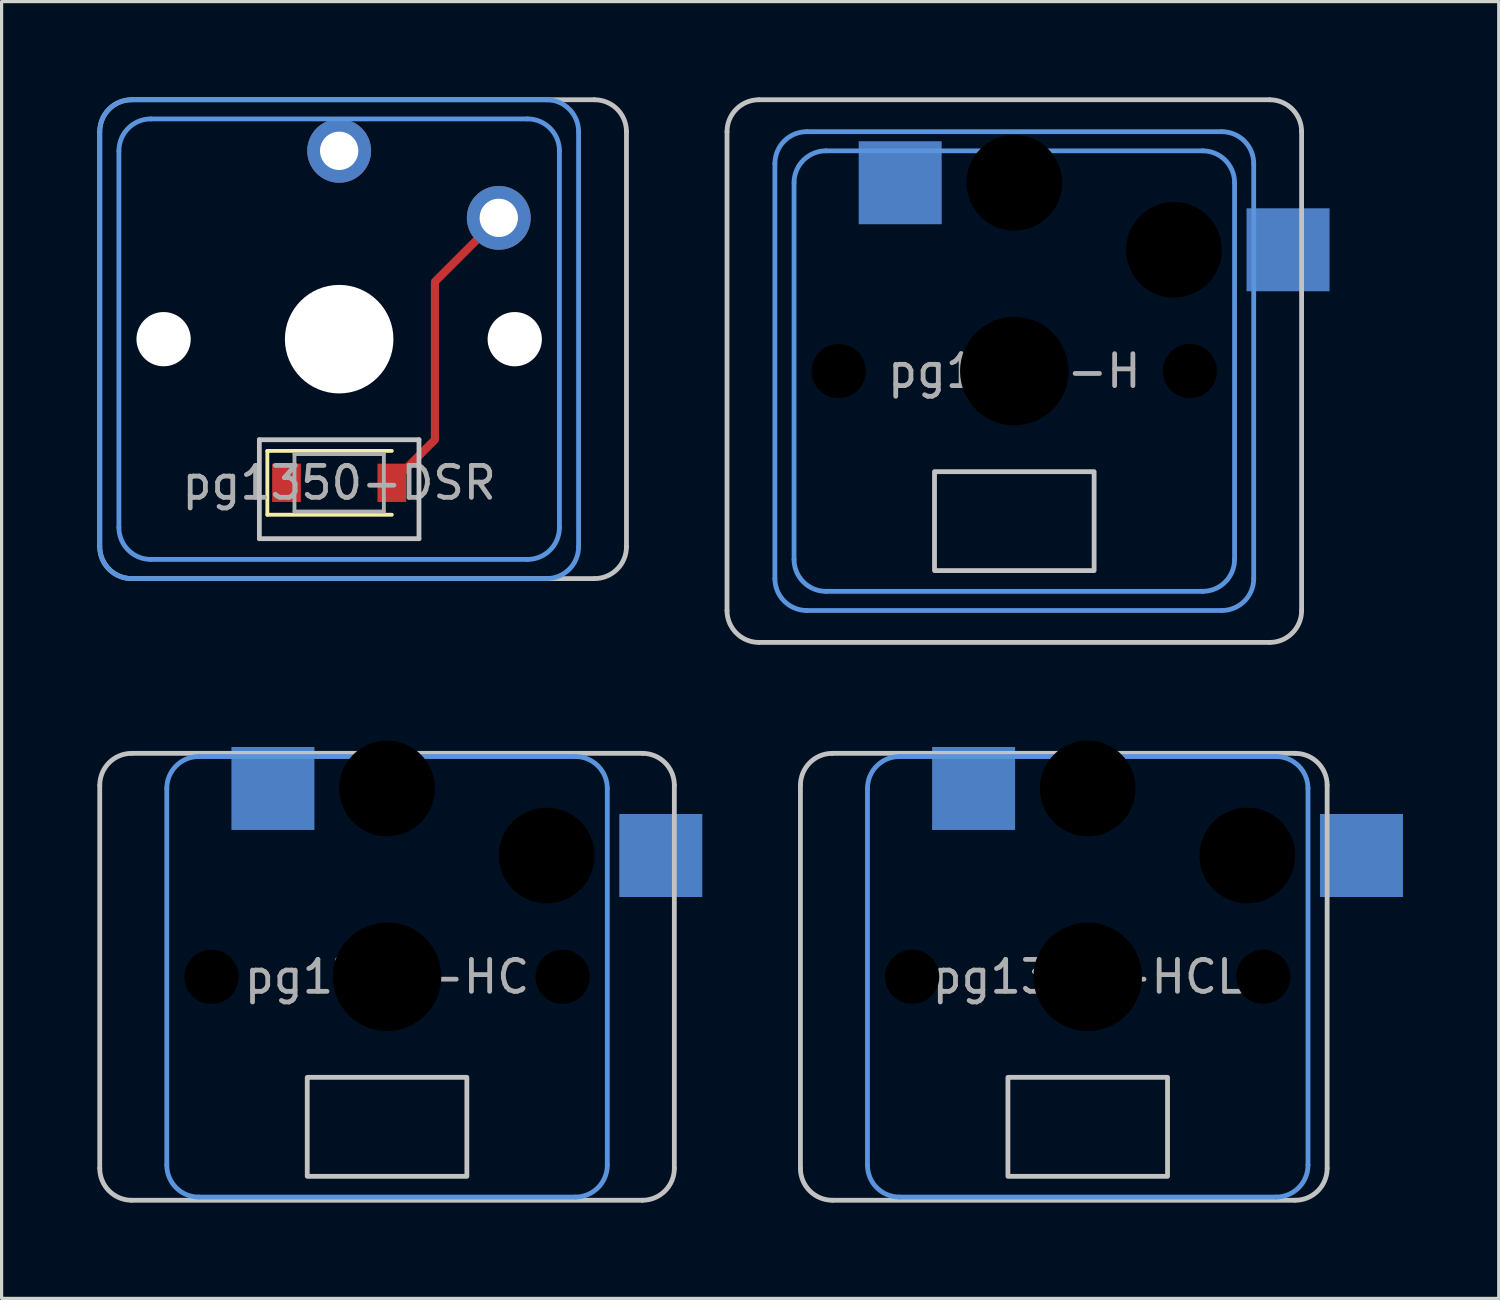
<source format=kicad_pcb>
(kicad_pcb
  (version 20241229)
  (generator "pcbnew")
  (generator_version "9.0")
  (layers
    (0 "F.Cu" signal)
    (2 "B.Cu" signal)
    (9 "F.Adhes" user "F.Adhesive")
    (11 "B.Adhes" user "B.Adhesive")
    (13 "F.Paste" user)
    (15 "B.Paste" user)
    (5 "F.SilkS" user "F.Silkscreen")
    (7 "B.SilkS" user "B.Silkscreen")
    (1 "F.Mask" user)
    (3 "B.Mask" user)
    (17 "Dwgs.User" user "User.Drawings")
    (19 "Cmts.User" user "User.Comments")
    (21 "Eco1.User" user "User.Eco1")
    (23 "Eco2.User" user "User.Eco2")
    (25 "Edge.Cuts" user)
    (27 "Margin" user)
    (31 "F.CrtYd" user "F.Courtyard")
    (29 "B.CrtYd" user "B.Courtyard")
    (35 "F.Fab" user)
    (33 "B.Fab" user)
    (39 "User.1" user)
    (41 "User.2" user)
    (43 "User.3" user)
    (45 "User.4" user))
  (footprint "pg1350-HCL"
    (layer "F.Cu")
    (at 31.025 27.55)
    (property "Reference" "pg1350-HCL" (at 0 0 0) (layer "F.Fab") (effects (font (size 1 1) (thickness 0.15))))
    (attr through_hole)
    (fp_line (start -9 6) (end -9 -6) (stroke (width 0.15) (type solid)) (layer "Dwgs.User"))
    (fp_line (start -8 -7) (end 6.5 -7) (stroke (width 0.15) (type solid)) (layer "Dwgs.User"))
    (fp_line (start 6.5 7) (end -8 7) (stroke (width 0.15) (type solid)) (layer "Dwgs.User"))
    (fp_line (start 7.5 -6) (end 7.5 6) (stroke (width 0.15) (type solid)) (layer "Dwgs.User"))
    (fp_rect (start 2.5 6.25) (end -2.5 3.15) (stroke (width 0.15) (type solid)) (fill no) (layer "Dwgs.User"))
    (fp_arc (start -9 -6) (mid -8.707107 -6.707107) (end -8 -7) (stroke (width 0.15) (type solid)) (layer "Dwgs.User"))
    (fp_arc (start -8 7) (mid -8.707107 6.707107) (end -9 6) (stroke (width 0.15) (type solid)) (layer "Dwgs.User"))
    (fp_arc (start 6.5 -7) (mid 7.207107 -6.707107) (end 7.5 -6) (stroke (width 0.15) (type solid)) (layer "Dwgs.User"))
    (fp_arc (start 7.5 6) (mid 7.207107 6.707107) (end 6.5 7) (stroke (width 0.15) (type solid)) (layer "Dwgs.User"))
    (fp_line (start -6.9 5.9) (end -6.9 -5.9) (stroke (width 0.15) (type solid)) (layer "Cmts.User"))
    (fp_line (start -5.9 -6.9) (end 5.9 -6.9) (stroke (width 0.15) (type solid)) (layer "Cmts.User"))
    (fp_line (start 5.9 6.9) (end -5.9 6.9) (stroke (width 0.15) (type solid)) (layer "Cmts.User"))
    (fp_line (start 6.9 -5.9) (end 6.9 5.9) (stroke (width 0.15) (type solid)) (layer "Cmts.User"))
    (fp_arc (start -6.9 -5.9) (mid -6.607107 -6.607107) (end -5.9 -6.9) (stroke (width 0.15) (type solid)) (layer "Cmts.User"))
    (fp_arc (start -5.9 6.9) (mid -6.607107 6.607107) (end -6.9 5.9) (stroke (width 0.15) (type solid)) (layer "Cmts.User"))
    (fp_arc (start 5.9 -6.9) (mid 6.607107 -6.607107) (end 6.9 -5.9) (stroke (width 0.15) (type solid)) (layer "Cmts.User"))
    (fp_arc (start 6.9 5.9) (mid 6.607107 6.607107) (end 5.9 6.9) (stroke (width 0.15) (type solid)) (layer "Cmts.User"))
    (pad "" np_thru_hole circle (at -5.5 0) (size 1.7 1.7) (drill 1.7) (layers "*.Mask"))
    (pad "" np_thru_hole circle (at 0 -5.9) (size 3 3) (drill 3) (layers "*.Mask"))
    (pad "" np_thru_hole circle (at 0 0) (size 3.4 3.4) (drill 3.4) (layers "*.Mask"))
    (pad "" np_thru_hole circle (at 5 -3.8) (size 3 3) (drill 3) (layers "*.Mask"))
    (pad "" np_thru_hole circle (at 5.5 0) (size 1.7 1.7) (drill 1.7) (layers "*.Mask"))
    (pad "1" smd rect (at -3.575 -5.9) (size 2.6 2.6) (layers "B.Cu" "B.Mask"))
    (pad "2" smd rect (at 8.575 -3.8) (size 2.6 2.6) (layers "B.Cu" "B.Mask")))
  (footprint "pg1350-HC"
    (layer "F.Cu")
    (at 9.075 27.55)
    (property "Reference" "pg1350-HC" (at 0 0 0) (layer "F.Fab") (effects (font (size 1 1) (thickness 0.15))))
    (attr through_hole)
    (fp_line (start -9 6) (end -9 -6) (stroke (width 0.15) (type solid)) (layer "Dwgs.User"))
    (fp_line (start -8 -7) (end 8 -7) (stroke (width 0.15) (type solid)) (layer "Dwgs.User"))
    (fp_line (start 8 7) (end -8 7) (stroke (width 0.15) (type solid)) (layer "Dwgs.User"))
    (fp_line (start 9 -6) (end 9 6) (stroke (width 0.15) (type solid)) (layer "Dwgs.User"))
    (fp_rect (start 2.5 6.25) (end -2.5 3.15) (stroke (width 0.15) (type solid)) (fill no) (layer "Dwgs.User"))
    (fp_arc (start -9 -6) (mid -8.707107 -6.707107) (end -8 -7) (stroke (width 0.15) (type solid)) (layer "Dwgs.User"))
    (fp_arc (start -8 7) (mid -8.707107 6.707107) (end -9 6) (stroke (width 0.15) (type solid)) (layer "Dwgs.User"))
    (fp_arc (start 8 -7) (mid 8.707107 -6.707107) (end 9 -6) (stroke (width 0.15) (type solid)) (layer "Dwgs.User"))
    (fp_arc (start 9 6) (mid 8.707107 6.707107) (end 8 7) (stroke (width 0.15) (type solid)) (layer "Dwgs.User"))
    (fp_line (start -6.9 5.9) (end -6.9 -5.9) (stroke (width 0.15) (type solid)) (layer "Cmts.User"))
    (fp_line (start -5.9 -6.9) (end 5.9 -6.9) (stroke (width 0.15) (type solid)) (layer "Cmts.User"))
    (fp_line (start 5.9 6.9) (end -5.9 6.9) (stroke (width 0.15) (type solid)) (layer "Cmts.User"))
    (fp_line (start 6.9 -5.9) (end 6.9 5.9) (stroke (width 0.15) (type solid)) (layer "Cmts.User"))
    (fp_arc (start -6.9 -5.9) (mid -6.607107 -6.607107) (end -5.9 -6.9) (stroke (width 0.15) (type solid)) (layer "Cmts.User"))
    (fp_arc (start -5.9 6.9) (mid -6.607107 6.607107) (end -6.9 5.9) (stroke (width 0.15) (type solid)) (layer "Cmts.User"))
    (fp_arc (start 5.9 -6.9) (mid 6.607107 -6.607107) (end 6.9 -5.9) (stroke (width 0.15) (type solid)) (layer "Cmts.User"))
    (fp_arc (start 6.9 5.9) (mid 6.607107 6.607107) (end 5.9 6.9) (stroke (width 0.15) (type solid)) (layer "Cmts.User"))
    (pad "" np_thru_hole circle (at -5.5 0) (size 1.7 1.7) (drill 1.7) (layers "*.Mask"))
    (pad "" np_thru_hole circle (at 0 -5.9) (size 3 3) (drill 3) (layers "*.Mask"))
    (pad "" np_thru_hole circle (at 0 0) (size 3.4 3.4) (drill 3.4) (layers "*.Mask"))
    (pad "" np_thru_hole circle (at 5 -3.8) (size 3 3) (drill 3) (layers "*.Mask"))
    (pad "" np_thru_hole circle (at 5.5 0) (size 1.7 1.7) (drill 1.7) (layers "*.Mask"))
    (pad "1" smd rect (at -3.575 -5.9) (size 2.6 2.6) (layers "B.Cu" "B.Mask"))
    (pad "2" smd rect (at 8.575 -3.8) (size 2.6 2.6) (layers "B.Cu" "B.Mask")))
  (footprint "pg1350-DSR"
    (layer "F.Cu")
    (at 7.575 12.075)
    (property "Reference" "pg1350-DSR" (at 0 0 0) (layer "F.Fab") (effects (font (size 1 1) (thickness 0.15))))
    (attr through_hole)
    (fp_line (start -2.25 -1) (end -2.25 1) (stroke (width 0.12) (type solid)) (layer "F.SilkS"))
    (fp_line (start -2.25 -1) (end 1.65 -1) (stroke (width 0.12) (type solid)) (layer "F.SilkS"))
    (fp_line (start -2.25 1) (end 1.65 1) (stroke (width 0.12) (type solid)) (layer "F.SilkS"))
    (fp_line (start -7.5 2) (end -7.5 -11) (stroke (width 0.15) (type solid)) (layer "Dwgs.User"))
    (fp_line (start -6.5 -12) (end 8 -12) (stroke (width 0.15) (type solid)) (layer "Dwgs.User"))
    (fp_line (start -2.5 -1.35) (end -2.5 1.75) (stroke (width 0.15) (type solid)) (layer "Dwgs.User"))
    (fp_line (start -2.5 1.75) (end 2.5 1.75) (stroke (width 0.15) (type solid)) (layer "Dwgs.User"))
    (fp_line (start 2.5 -1.35) (end -2.5 -1.35) (stroke (width 0.15) (type solid)) (layer "Dwgs.User"))
    (fp_line (start 2.5 1.75) (end 2.5 -1.35) (stroke (width 0.15) (type solid)) (layer "Dwgs.User"))
    (fp_line (start 8 3) (end -6.5 3) (stroke (width 0.15) (type solid)) (layer "Dwgs.User"))
    (fp_line (start 9 -11) (end 9 2) (stroke (width 0.15) (type solid)) (layer "Dwgs.User"))
    (fp_arc (start -7.5 -11) (mid -7.207107 -11.707107) (end -6.5 -12) (stroke (width 0.15) (type solid)) (layer "Dwgs.User"))
    (fp_arc (start -6.5 3) (mid -7.207107 2.707107) (end -7.5 2) (stroke (width 0.15) (type solid)) (layer "Dwgs.User"))
    (fp_arc (start 8 -12) (mid 8.707107 -11.707107) (end 9 -11) (stroke (width 0.15) (type solid)) (layer "Dwgs.User"))
    (fp_arc (start 9 2) (mid 8.707107 2.707107) (end 8 3) (stroke (width 0.15) (type solid)) (layer "Dwgs.User"))
    (fp_line (start -7.5 2) (end -7.5 -11) (stroke (width 0.15) (type solid)) (layer "Cmts.User"))
    (fp_line (start -6.9 1.4) (end -6.9 -10.4) (stroke (width 0.15) (type solid)) (layer "Cmts.User"))
    (fp_line (start -6.5 -12) (end 6.5 -12) (stroke (width 0.15) (type solid)) (layer "Cmts.User"))
    (fp_line (start -5.9 -11.4) (end 5.9 -11.4) (stroke (width 0.15) (type solid)) (layer "Cmts.User"))
    (fp_line (start 5.9 2.4) (end -5.9 2.4) (stroke (width 0.15) (type solid)) (layer "Cmts.User"))
    (fp_line (start 6.5 3) (end -6.5 3) (stroke (width 0.15) (type solid)) (layer "Cmts.User"))
    (fp_line (start 6.9 -10.4) (end 6.9 1.4) (stroke (width 0.15) (type solid)) (layer "Cmts.User"))
    (fp_line (start 7.5 -11) (end 7.5 2) (stroke (width 0.15) (type solid)) (layer "Cmts.User"))
    (fp_arc (start -7.5 -11) (mid -7.207107 -11.707107) (end -6.5 -12) (stroke (width 0.15) (type solid)) (layer "Cmts.User"))
    (fp_arc (start -6.9 -10.4) (mid -6.607107 -11.107107) (end -5.9 -11.4) (stroke (width 0.15) (type solid)) (layer "Cmts.User"))
    (fp_arc (start -6.5 3) (mid -7.207107 2.707107) (end -7.5 2) (stroke (width 0.15) (type solid)) (layer "Cmts.User"))
    (fp_arc (start -5.9 2.4) (mid -6.607107 2.107107) (end -6.9 1.4) (stroke (width 0.15) (type solid)) (layer "Cmts.User"))
    (fp_arc (start 5.9 -11.4) (mid 6.607107 -11.107107) (end 6.9 -10.4) (stroke (width 0.15) (type solid)) (layer "Cmts.User"))
    (fp_arc (start 6.5 -12) (mid 7.207107 -11.707107) (end 7.5 -11) (stroke (width 0.15) (type solid)) (layer "Cmts.User"))
    (fp_arc (start 6.9 1.4) (mid 6.607107 2.107107) (end 5.9 2.4) (stroke (width 0.15) (type solid)) (layer "Cmts.User"))
    (fp_arc (start 7.5 2) (mid 7.207107 2.707107) (end 6.5 3) (stroke (width 0.15) (type solid)) (layer "Cmts.User"))
    (fp_line (start -1.4 -0.9) (end -1.4 0.9) (stroke (width 0.12) (type solid)) (layer "F.Fab"))
    (fp_line (start -1.4 0.9) (end 1.4 0.9) (stroke (width 0.12) (type solid)) (layer "F.Fab"))
    (fp_line (start 1.4 -0.9) (end -1.4 -0.9) (stroke (width 0.12) (type solid)) (layer "F.Fab"))
    (fp_line (start 1.4 0.9) (end 1.4 -0.9) (stroke (width 0.12) (type solid)) (layer "F.Fab"))
    (pad "" np_thru_hole circle (at -5.5 -4.5) (size 1.7 1.7) (drill 1.7) (layers "*.Cu" "*.Mask"))
    (pad "" np_thru_hole circle (at 0 -4.5) (size 3.4 3.4) (drill 3.4) (layers "*.Cu" "*.Mask"))
    (pad "" np_thru_hole circle (at 5.5 -4.5) (size 1.7 1.7) (drill 1.7) (layers "*.Cu" "*.Mask"))
    (pad "1" thru_hole circle (at 0 -10.4) (size 2 2) (drill 1.2) (layers "*.Cu" "B.Mask"))
    (pad "2" smd rect (at -1.65 0) (size 0.9 1.2) (layers "F.Cu" "F.Mask" "F.Paste"))
    (pad "3" smd rect (at 1.65 0) (size 0.9 1.2) (layers "F.Cu" "F.Mask" "F.Paste"))
    (pad "3" smd custom (at 5 -8.3) (size 0.001 0.001) (layers "F.Cu") (options (anchor circle)) (primitives (gr_line (start 0 0) (end -2 2) (width 0.254)) (gr_line (start -2 2) (end -2 6.95) (width 0.254)) (gr_line (start -2 6.95) (end -3.35 8.3) (width 0.254))))
    (pad "3" thru_hole circle (at 5 -8.3) (size 2 2) (drill 1.2) (layers "*.Cu" "B.Mask")))
  (footprint "pg1350-H"
    (layer "F.Cu")
    (at 28.725 8.575)
    (property "Reference" "pg1350-H" (at 0 0 0) (layer "F.Fab") (effects (font (size 1 1) (thickness 0.15))))
    (attr through_hole)
    (fp_line (start -9 7.5) (end -9 -7.5) (stroke (width 0.15) (type solid)) (layer "Dwgs.User"))
    (fp_line (start -8 -8.5) (end 8 -8.5) (stroke (width 0.15) (type solid)) (layer "Dwgs.User"))
    (fp_line (start 8 8.5) (end -8 8.5) (stroke (width 0.15) (type solid)) (layer "Dwgs.User"))
    (fp_line (start 9 -7.5) (end 9 7.5) (stroke (width 0.15) (type solid)) (layer "Dwgs.User"))
    (fp_rect (start 2.5 6.25) (end -2.5 3.15) (stroke (width 0.15) (type solid)) (fill no) (layer "Dwgs.User"))
    (fp_arc (start -9 -7.5) (mid -8.707107 -8.207107) (end -8 -8.5) (stroke (width 0.15) (type solid)) (layer "Dwgs.User"))
    (fp_arc (start -8 8.5) (mid -8.707107 8.207107) (end -9 7.5) (stroke (width 0.15) (type solid)) (layer "Dwgs.User"))
    (fp_arc (start 8 -8.5) (mid 8.707107 -8.207107) (end 9 -7.5) (stroke (width 0.15) (type solid)) (layer "Dwgs.User"))
    (fp_arc (start 9 7.5) (mid 8.707107 8.207107) (end 8 8.5) (stroke (width 0.15) (type solid)) (layer "Dwgs.User"))
    (fp_line (start -7.5 6.5) (end -7.5 -6.5) (stroke (width 0.15) (type solid)) (layer "Cmts.User"))
    (fp_line (start -6.9 5.9) (end -6.9 -5.9) (stroke (width 0.15) (type solid)) (layer "Cmts.User"))
    (fp_line (start -6.5 -7.5) (end 6.5 -7.5) (stroke (width 0.15) (type solid)) (layer "Cmts.User"))
    (fp_line (start -5.9 -6.9) (end 5.9 -6.9) (stroke (width 0.15) (type solid)) (layer "Cmts.User"))
    (fp_line (start 5.9 6.9) (end -5.9 6.9) (stroke (width 0.15) (type solid)) (layer "Cmts.User"))
    (fp_line (start 6.5 7.5) (end -6.5 7.5) (stroke (width 0.15) (type solid)) (layer "Cmts.User"))
    (fp_line (start 6.9 -5.9) (end 6.9 5.9) (stroke (width 0.15) (type solid)) (layer "Cmts.User"))
    (fp_line (start 7.5 -6.5) (end 7.5 6.5) (stroke (width 0.15) (type solid)) (layer "Cmts.User"))
    (fp_arc (start -7.5 -6.5) (mid -7.207107 -7.207107) (end -6.5 -7.5) (stroke (width 0.15) (type solid)) (layer "Cmts.User"))
    (fp_arc (start -6.9 -5.9) (mid -6.607107 -6.607107) (end -5.9 -6.9) (stroke (width 0.15) (type solid)) (layer "Cmts.User"))
    (fp_arc (start -6.5 7.5) (mid -7.207107 7.207107) (end -7.5 6.5) (stroke (width 0.15) (type solid)) (layer "Cmts.User"))
    (fp_arc (start -5.9 6.9) (mid -6.607107 6.607107) (end -6.9 5.9) (stroke (width 0.15) (type solid)) (layer "Cmts.User"))
    (fp_arc (start 5.9 -6.9) (mid 6.607107 -6.607107) (end 6.9 -5.9) (stroke (width 0.15) (type solid)) (layer "Cmts.User"))
    (fp_arc (start 6.5 -7.5) (mid 7.207107 -7.207107) (end 7.5 -6.5) (stroke (width 0.15) (type solid)) (layer "Cmts.User"))
    (fp_arc (start 6.9 5.9) (mid 6.607107 6.607107) (end 5.9 6.9) (stroke (width 0.15) (type solid)) (layer "Cmts.User"))
    (fp_arc (start 7.5 6.5) (mid 7.207107 7.207107) (end 6.5 7.5) (stroke (width 0.15) (type solid)) (layer "Cmts.User"))
    (pad "" np_thru_hole circle (at -5.5 0) (size 1.7 1.7) (drill 1.7) (layers "*.Mask"))
    (pad "" np_thru_hole circle (at 0 -5.9) (size 3 3) (drill 3) (layers "*.Mask"))
    (pad "" np_thru_hole circle (at 0 0) (size 3.4 3.4) (drill 3.4) (layers "*.Mask"))
    (pad "" np_thru_hole circle (at 5 -3.8) (size 3 3) (drill 3) (layers "*.Mask"))
    (pad "" np_thru_hole circle (at 5.5 0) (size 1.7 1.7) (drill 1.7) (layers "*.Mask"))
    (pad "1" smd rect (at -3.575 -5.9) (size 2.6 2.6) (layers "B.Cu" "B.Mask"))
    (pad "2" smd rect (at 8.575 -3.8) (size 2.6 2.6) (layers "B.Cu" "B.Mask")))
  (gr_rect
    (start -3 -3)
    (end 43.9 37.625)
    (stroke (width 0.1) (type default))
    (fill no)
    (layer "Edge.Cuts")))
</source>
